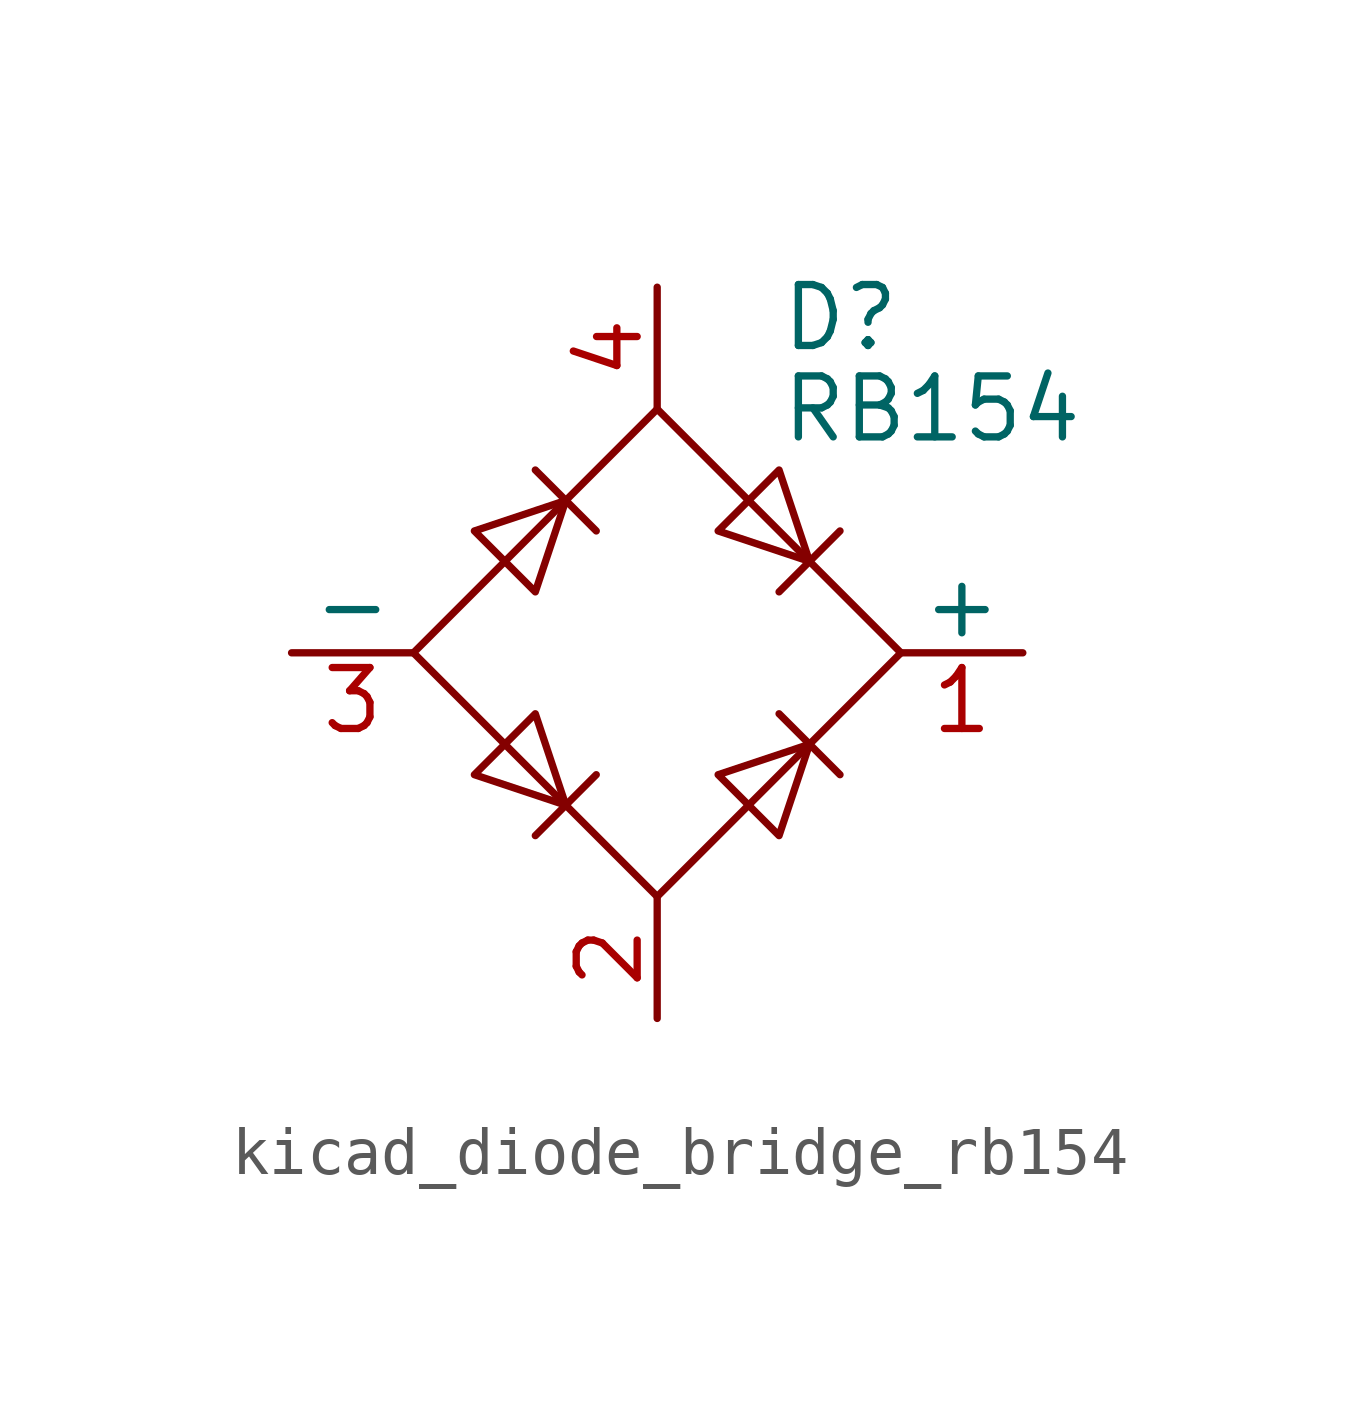
<source format=kicad_sym>
(kicad_symbol_lib
  (version 20220914)
  (generator kicad_symbol_editor)
  (symbol "kicad_diode_bridge_rb154"
    (pin_names
      (offset 0))
    (property "Reference" "D"
      (at 2.54 6.985 0)
      (effects (font (size 1.27 1.27)) (justify left)))
    (property "Value" "RB154"
      (at 2.54 5.08 0)
      (effects (font (size 1.27 1.27)) (justify left)))
    (symbol "kicad_diode_bridge_rb154_0_1"
      (polyline (pts (xy -2.54 3.81) (xy -1.27 2.54)) (stroke (width 0) (type default)) (fill (type none)))
      (polyline (pts (xy -1.27 -2.54) (xy -2.54 -3.81)) (stroke (width 0) (type default)) (fill (type none)))
      (polyline (pts (xy 2.54 -1.27) (xy 3.81 -2.54)) (stroke (width 0) (type default)) (fill (type none)))
      (polyline (pts (xy 2.54 1.27) (xy 3.81 2.54)) (stroke (width 0) (type default)) (fill (type none)))
      (polyline (pts (xy -3.81 2.54) (xy -2.54 1.27) (xy -1.905 3.175) (xy -3.81 2.54)) (stroke (width 0) (type default)) (fill (type none)))
      (polyline (pts (xy -2.54 -1.27) (xy -3.81 -2.54) (xy -1.905 -3.175) (xy -2.54 -1.27)) (stroke (width 0) (type default)) (fill (type none)))
      (polyline (pts (xy 1.27 2.54) (xy 2.54 3.81) (xy 3.175 1.905) (xy 1.27 2.54)) (stroke (width 0) (type default)) (fill (type none)))
      (polyline (pts (xy 3.175 -1.905) (xy 1.27 -2.54) (xy 2.54 -3.81) (xy 3.175 -1.905)) (stroke (width 0) (type default)) (fill (type none)))
      (polyline (pts (xy -5.08 0) (xy 0 -5.08) (xy 5.08 0) (xy 0 5.08) (xy -5.08 0)) (stroke (width 0) (type default)) (fill (type none))))
    (symbol "kicad_diode_bridge_rb154_1_1"
      (pin passive line (at 7.62 0 180) (length 2.54) (name "+" (effects (font (size 1.27 1.27)))) (number "1" (effects (font (size 1.27 1.27)))))
      (pin passive line (at 0 -7.62 90) (length 2.54) (name "~" (effects (font (size 1.27 1.27)))) (number "2" (effects (font (size 1.27 1.27)))))
      (pin passive line (at -7.62 0 0) (length 2.54) (name "-" (effects (font (size 1.27 1.27)))) (number "3" (effects (font (size 1.27 1.27)))))
      (pin passive line (at 0 7.62 270) (length 2.54) (name "~" (effects (font (size 1.27 1.27)))) (number "4" (effects (font (size 1.27 1.27))))))))
</source>
